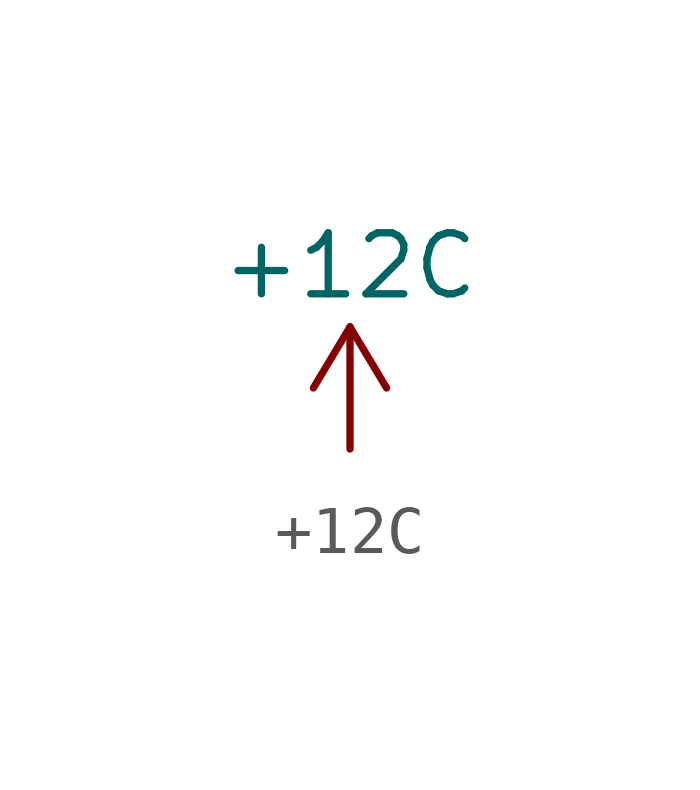
<source format=kicad_sym>
(kicad_symbol_lib
  (version 20211014)
  (generator kicad_symbol_editor)
  (symbol "+12C"
    (power)
    (pin_names
      (offset 0))
    (property "Reference" "#PWR"
      (at 0 -3.81 0)
      (effects (font (size 1.27 1.27)) hide))
    (property "Value" "+12C"
      (at 0 3.81 0)
      (effects (font (size 1.27 1.27))))
    (symbol "+12C_0_1"
      (polyline (pts (xy -0.762 1.27) (xy 0 2.54)) (stroke (width 0) (type default) (color 0 0 0 0)) (fill (type none)))
      (polyline (pts (xy 0 0) (xy 0 2.54)) (stroke (width 0) (type default) (color 0 0 0 0)) (fill (type none)))
      (polyline (pts (xy 0 2.54) (xy 0.762 1.27)) (stroke (width 0) (type default) (color 0 0 0 0)) (fill (type none))))
    (symbol "+12C_1_1"
      (pin power_in line (at 0 0 90) (length 0) hide (name "+12C" (effects (font (size 1.27 1.27)))) (number "1" (effects (font (size 1.27 1.27))))))))
</source>
